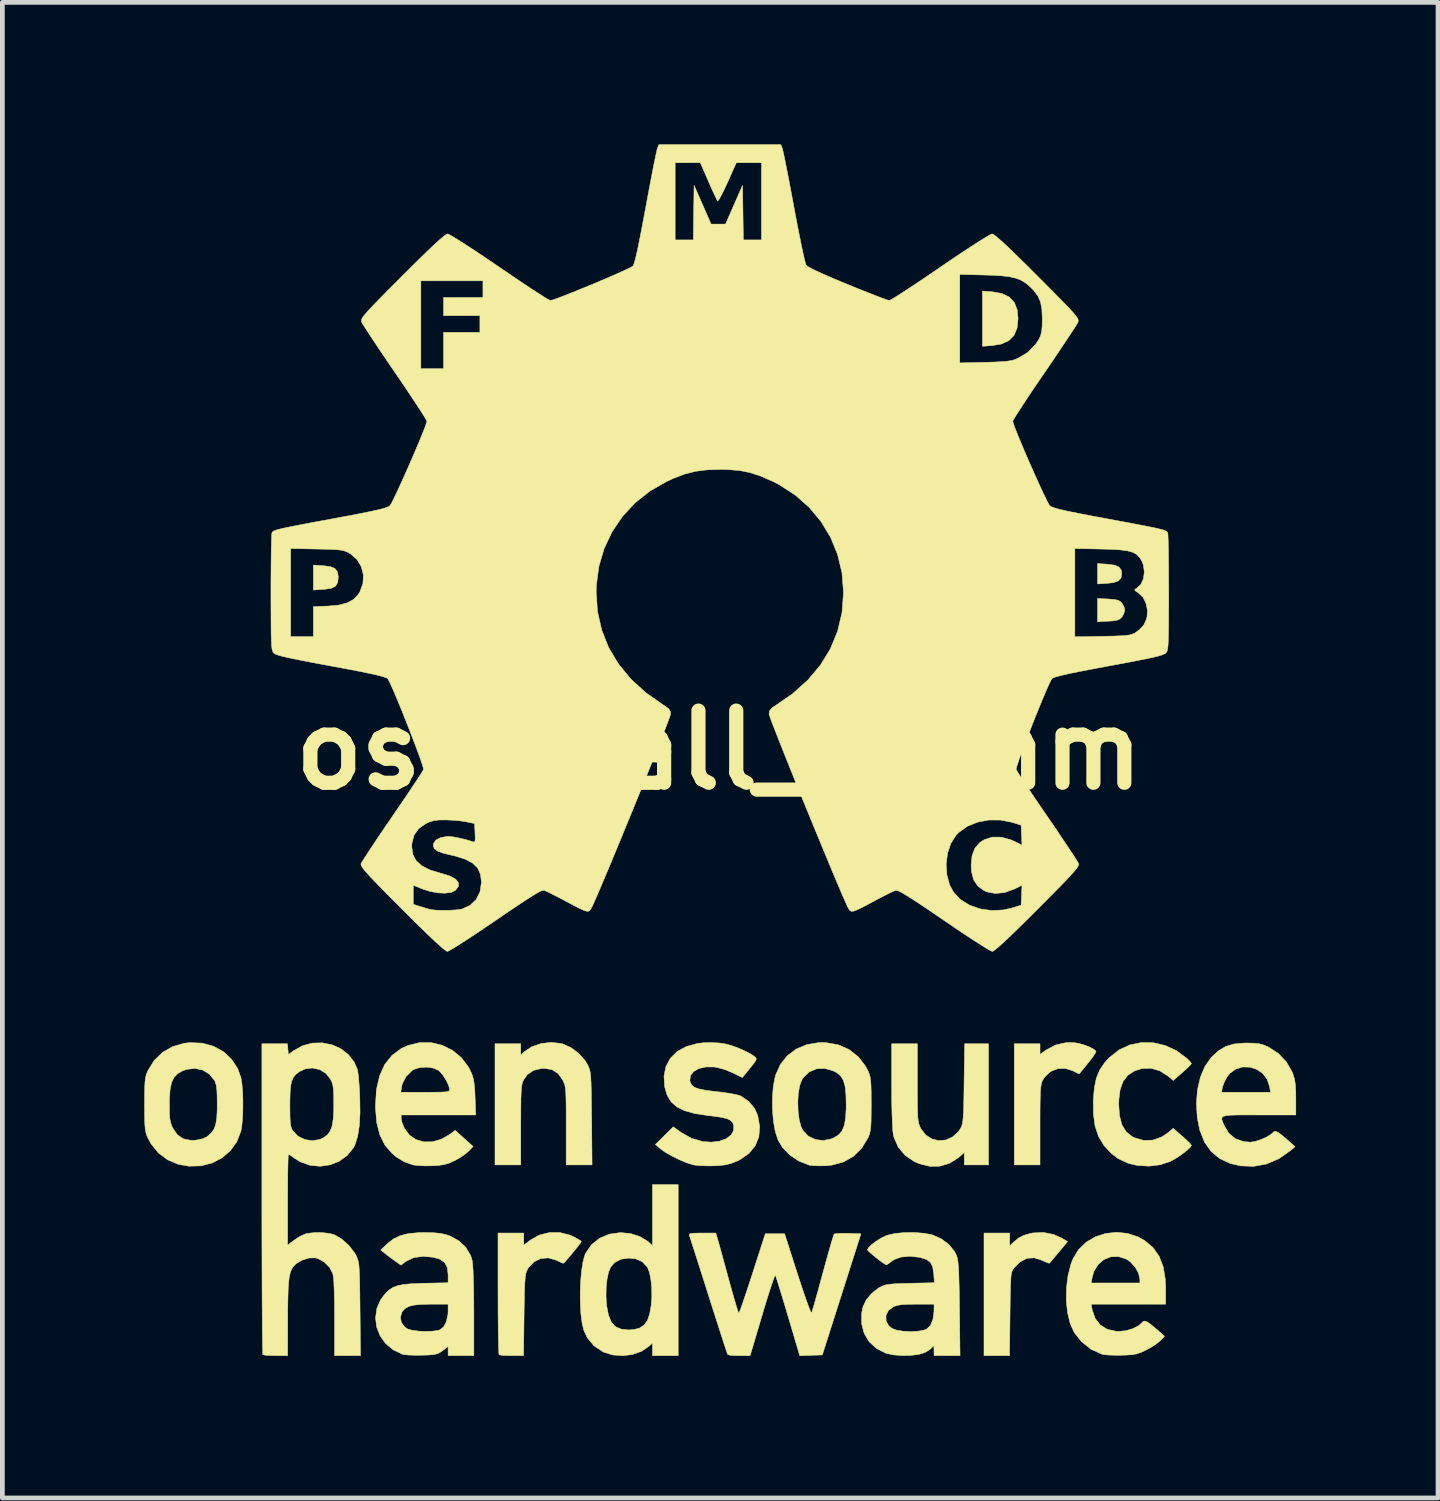
<source format=kicad_pcb>
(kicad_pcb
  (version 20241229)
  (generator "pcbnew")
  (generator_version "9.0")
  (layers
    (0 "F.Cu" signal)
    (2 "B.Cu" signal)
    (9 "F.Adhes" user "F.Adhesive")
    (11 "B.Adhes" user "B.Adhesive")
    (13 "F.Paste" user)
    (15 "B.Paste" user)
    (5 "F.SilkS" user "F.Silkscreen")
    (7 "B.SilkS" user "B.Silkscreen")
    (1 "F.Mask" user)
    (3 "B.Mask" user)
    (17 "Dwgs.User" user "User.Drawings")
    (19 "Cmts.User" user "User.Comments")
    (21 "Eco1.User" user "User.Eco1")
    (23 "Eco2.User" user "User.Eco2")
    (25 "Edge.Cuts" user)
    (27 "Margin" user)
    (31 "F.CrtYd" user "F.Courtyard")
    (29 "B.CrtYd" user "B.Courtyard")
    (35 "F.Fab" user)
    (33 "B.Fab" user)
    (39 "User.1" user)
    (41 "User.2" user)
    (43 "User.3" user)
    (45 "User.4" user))
  (footprint "oshw_all_25mm"
    (layer "F.Cu")
    (at 12.145 12.801)
    (property "Reference" "oshw_all_25mm" (at 0 0 0) (layer "F.SilkS") (effects (font (size 1.524 1.524) (thickness 0.3))))
    (attr through_hole)
    (fp_poly (pts (xy 8.209 -3.929) (xy 8.357 -3.909) (xy 8.45 -3.869) (xy 8.498 -3.804) (xy 8.509 -3.727) (xy 8.493 -3.636) (xy 8.437 -3.575) (xy 8.334 -3.54) (xy 8.209 -3.525) (xy 7.997 -3.511) (xy 7.997 -3.942) (xy 8.209 -3.929)) (stroke (width 0.01) (type solid)) (fill yes) (layer "F.SilkS"))
    (fp_poly (pts (xy -8.365 -3.897) (xy -8.215 -3.878) (xy -8.119 -3.839) (xy -8.066 -3.773) (xy -8.047 -3.673) (xy -8.047 -3.647) (xy -8.06 -3.538) (xy -8.105 -3.465) (xy -8.191 -3.422) (xy -8.329 -3.399) (xy -8.365 -3.397) (xy -8.573 -3.383) (xy -8.573 -3.91) (xy -8.365 -3.897)) (stroke (width 0.01) (type solid)) (fill yes) (layer "F.SilkS"))
    (fp_poly (pts (xy 5.773 -9.685) (xy 5.979 -9.648) (xy 6.133 -9.574) (xy 6.24 -9.459) (xy 6.301 -9.301) (xy 6.318 -9.117) (xy 6.297 -8.918) (xy 6.233 -8.763) (xy 6.122 -8.652) (xy 5.963 -8.581) (xy 5.773 -8.549) (xy 5.566 -8.533) (xy 5.566 -9.702) (xy 5.773 -9.685)) (stroke (width 0.01) (type solid)) (fill yes) (layer "F.SilkS"))
    (fp_poly (pts (xy 8.225 -3.193) (xy 8.352 -3.183) (xy 8.433 -3.166) (xy 8.485 -3.136) (xy 8.513 -3.106) (xy 8.558 -3.027) (xy 8.573 -2.959) (xy 8.553 -2.881) (xy 8.513 -2.812) (xy 8.47 -2.771) (xy 8.41 -2.746) (xy 8.317 -2.731) (xy 8.225 -2.725) (xy 7.997 -2.712) (xy 7.997 -3.206) (xy 8.225 -3.193)) (stroke (width 0.01) (type solid)) (fill yes) (layer "F.SilkS"))
    (fp_poly (pts (xy 7.605 6.199) (xy 7.723 6.233) (xy 7.833 6.276) (xy 7.919 6.322) (xy 7.963 6.363) (xy 7.965 6.373) (xy 7.946 6.412) (xy 7.895 6.486) (xy 7.822 6.582) (xy 7.787 6.626) (xy 7.608 6.844) (xy 7.477 6.777) (xy 7.314 6.726) (xy 7.152 6.732) (xy 7.005 6.792) (xy 6.885 6.902) (xy 6.838 6.976) (xy 6.821 7.016) (xy 6.807 7.067) (xy 6.797 7.136) (xy 6.79 7.231) (xy 6.786 7.361) (xy 6.783 7.534) (xy 6.782 7.758) (xy 6.782 7.926) (xy 6.782 8.765) (xy 6.238 8.765) (xy 6.238 6.206) (xy 6.782 6.206) (xy 6.782 6.43) (xy 6.908 6.339) (xy 7.109 6.232) (xy 7.333 6.181) (xy 7.495 6.18) (xy 7.605 6.199)) (stroke (width 0.01) (type solid)) (fill yes) (layer "F.SilkS"))
    (fp_poly (pts (xy 7.074 10.236) (xy 7.241 10.312) (xy 7.364 10.386) (xy 7.179 10.607) (xy 7.096 10.707) (xy 7.03 10.786) (xy 6.99 10.834) (xy 6.984 10.842) (xy 6.952 10.837) (xy 6.882 10.809) (xy 6.827 10.782) (xy 6.661 10.729) (xy 6.506 10.739) (xy 6.361 10.812) (xy 6.228 10.947) (xy 6.224 10.953) (xy 6.204 10.982) (xy 6.189 11.017) (xy 6.177 11.065) (xy 6.168 11.134) (xy 6.162 11.232) (xy 6.157 11.366) (xy 6.153 11.545) (xy 6.15 11.776) (xy 6.148 11.919) (xy 6.138 12.796) (xy 5.598 12.796) (xy 5.598 10.205) (xy 6.142 10.205) (xy 6.142 10.473) (xy 6.23 10.391) (xy 6.332 10.308) (xy 6.439 10.253) (xy 6.576 10.214) (xy 6.629 10.203) (xy 6.852 10.192) (xy 7.074 10.236)) (stroke (width 0.01) (type solid)) (fill yes) (layer "F.SilkS"))
    (fp_poly (pts (xy 4.191 7.033) (xy 4.191 7.285) (xy 4.192 7.482) (xy 4.195 7.631) (xy 4.199 7.743) (xy 4.207 7.824) (xy 4.218 7.885) (xy 4.233 7.932) (xy 4.252 7.976) (xy 4.263 7.997) (xy 4.366 8.132) (xy 4.497 8.217) (xy 4.643 8.252) (xy 4.794 8.238) (xy 4.936 8.173) (xy 5.059 8.059) (xy 5.101 7.997) (xy 5.121 7.959) (xy 5.136 7.916) (xy 5.148 7.86) (xy 5.157 7.782) (xy 5.164 7.674) (xy 5.169 7.527) (xy 5.173 7.335) (xy 5.177 7.088) (xy 5.177 7.046) (xy 5.189 6.206) (xy 5.694 6.206) (xy 5.694 8.765) (xy 5.182 8.765) (xy 5.182 8.504) (xy 5.055 8.614) (xy 4.87 8.731) (xy 4.665 8.792) (xy 4.446 8.794) (xy 4.223 8.738) (xy 4.121 8.693) (xy 3.928 8.56) (xy 3.786 8.39) (xy 3.696 8.183) (xy 3.682 8.124) (xy 3.671 8.044) (xy 3.663 7.908) (xy 3.656 7.726) (xy 3.65 7.506) (xy 3.647 7.257) (xy 3.647 7.084) (xy 3.647 6.206) (xy 4.191 6.206) (xy 4.191 7.033)) (stroke (width 0.01) (type solid)) (fill yes) (layer "F.SilkS"))
    (fp_poly (pts (xy -3.364 10.194) (xy -3.149 10.249) (xy -3.079 10.281) (xy -2.989 10.329) (xy -2.928 10.367) (xy -2.911 10.384) (xy -2.93 10.415) (xy -2.979 10.481) (xy -3.048 10.567) (xy -3.124 10.66) (xy -3.197 10.746) (xy -3.256 10.812) (xy -3.289 10.843) (xy -3.291 10.845) (xy -3.327 10.832) (xy -3.399 10.799) (xy -3.445 10.778) (xy -3.608 10.73) (xy -3.767 10.743) (xy -3.909 10.813) (xy -4.027 10.936) (xy -4.055 10.983) (xy -4.072 11.022) (xy -4.086 11.073) (xy -4.096 11.144) (xy -4.104 11.243) (xy -4.111 11.379) (xy -4.115 11.559) (xy -4.119 11.79) (xy -4.121 11.94) (xy -4.131 12.796) (xy -4.38 12.796) (xy -4.5 12.793) (xy -4.594 12.787) (xy -4.646 12.777) (xy -4.649 12.775) (xy -4.654 12.739) (xy -4.658 12.646) (xy -4.662 12.504) (xy -4.665 12.318) (xy -4.668 12.095) (xy -4.67 11.844) (xy -4.67 11.57) (xy -4.671 11.479) (xy -4.671 10.205) (xy -4.127 10.205) (xy -4.127 10.46) (xy -3.982 10.35) (xy -3.795 10.246) (xy -3.584 10.194) (xy -3.364 10.194)) (stroke (width 0.01) (type solid)) (fill yes) (layer "F.SilkS"))
    (fp_poly (pts (xy -3.344 6.198) (xy -3.308 6.207) (xy -3.133 6.284) (xy -2.968 6.407) (xy -2.833 6.558) (xy -2.783 6.641) (xy -2.761 6.686) (xy -2.743 6.73) (xy -2.729 6.779) (xy -2.718 6.841) (xy -2.711 6.925) (xy -2.705 7.038) (xy -2.701 7.187) (xy -2.698 7.381) (xy -2.695 7.627) (xy -2.693 7.782) (xy -2.684 8.765) (xy -3.231 8.765) (xy -3.231 7.94) (xy -3.231 7.688) (xy -3.232 7.491) (xy -3.235 7.341) (xy -3.24 7.23) (xy -3.247 7.147) (xy -3.258 7.086) (xy -3.274 7.037) (xy -3.293 6.992) (xy -3.303 6.973) (xy -3.401 6.835) (xy -3.53 6.753) (xy -3.692 6.725) (xy -3.753 6.728) (xy -3.923 6.768) (xy -4.053 6.859) (xy -4.135 6.976) (xy -4.152 7.016) (xy -4.165 7.067) (xy -4.175 7.136) (xy -4.182 7.231) (xy -4.187 7.361) (xy -4.189 7.534) (xy -4.19 7.758) (xy -4.191 7.926) (xy -4.191 8.765) (xy -4.735 8.765) (xy -4.735 6.206) (xy -4.191 6.206) (xy -4.191 6.441) (xy -4.119 6.375) (xy -3.959 6.269) (xy -3.764 6.201) (xy -3.553 6.176) (xy -3.344 6.198)) (stroke (width 0.01) (type solid)) (fill yes) (layer "F.SilkS"))
    (fp_poly (pts (xy 9.176 6.183) (xy 9.426 6.241) (xy 9.667 6.352) (xy 9.889 6.518) (xy 9.893 6.521) (xy 9.95 6.579) (xy 9.98 6.62) (xy 9.981 6.625) (xy 9.958 6.655) (xy 9.898 6.715) (xy 9.813 6.793) (xy 9.789 6.814) (xy 9.597 6.98) (xy 9.493 6.892) (xy 9.313 6.777) (xy 9.123 6.723) (xy 8.927 6.73) (xy 8.778 6.779) (xy 8.638 6.87) (xy 8.538 7) (xy 8.475 7.174) (xy 8.447 7.397) (xy 8.445 7.486) (xy 8.462 7.727) (xy 8.512 7.917) (xy 8.6 8.062) (xy 8.726 8.165) (xy 8.778 8.192) (xy 8.973 8.248) (xy 9.168 8.241) (xy 9.357 8.173) (xy 9.493 8.08) (xy 9.596 7.992) (xy 9.789 8.16) (xy 9.879 8.241) (xy 9.946 8.307) (xy 9.979 8.347) (xy 9.981 8.352) (xy 9.956 8.393) (xy 9.889 8.456) (xy 9.794 8.53) (xy 9.686 8.605) (xy 9.579 8.669) (xy 9.534 8.692) (xy 9.324 8.762) (xy 9.085 8.791) (xy 8.841 8.777) (xy 8.649 8.733) (xy 8.43 8.63) (xy 8.287 8.521) (xy 8.131 8.352) (xy 8.018 8.163) (xy 7.945 7.944) (xy 7.91 7.686) (xy 7.908 7.387) (xy 7.93 7.137) (xy 7.972 6.933) (xy 8.042 6.762) (xy 8.145 6.609) (xy 8.251 6.493) (xy 8.453 6.334) (xy 8.681 6.229) (xy 8.924 6.179) (xy 9.176 6.183)) (stroke (width 0.01) (type solid)) (fill yes) (layer "F.SilkS"))
    (fp_poly (pts (xy -0.864 12.796) (xy -1.408 12.796) (xy -1.408 12.529) (xy -1.48 12.596) (xy -1.637 12.703) (xy -1.829 12.771) (xy -2.038 12.798) (xy -2.249 12.781) (xy -2.443 12.72) (xy -2.457 12.713) (xy -2.643 12.587) (xy -2.783 12.421) (xy -2.861 12.253) (xy -2.896 12.101) (xy -2.92 11.909) (xy -2.932 11.689) (xy -2.933 11.556) (xy -2.389 11.556) (xy -2.375 11.742) (xy -2.337 11.942) (xy -2.277 12.087) (xy -2.191 12.182) (xy -2.071 12.235) (xy -1.912 12.252) (xy -1.91 12.252) (xy -1.796 12.242) (xy -1.694 12.218) (xy -1.667 12.206) (xy -1.578 12.142) (xy -1.513 12.05) (xy -1.467 11.917) (xy -1.436 11.741) (xy -1.421 11.557) (xy -1.423 11.367) (xy -1.441 11.188) (xy -1.471 11.036) (xy -1.513 10.93) (xy -1.517 10.924) (xy -1.622 10.811) (xy -1.761 10.75) (xy -1.903 10.735) (xy -2.074 10.758) (xy -2.206 10.828) (xy -2.29 10.924) (xy -2.335 11.029) (xy -2.367 11.181) (xy -2.386 11.362) (xy -2.389 11.556) (xy -2.933 11.556) (xy -2.934 11.456) (xy -2.925 11.225) (xy -2.906 11.008) (xy -2.877 10.821) (xy -2.839 10.676) (xy -2.819 10.629) (xy -2.694 10.45) (xy -2.525 10.315) (xy -2.321 10.229) (xy -2.089 10.196) (xy -2.079 10.196) (xy -1.871 10.216) (xy -1.674 10.279) (xy -1.511 10.377) (xy -1.48 10.404) (xy -1.408 10.472) (xy -1.408 9.181) (xy -0.864 9.181) (xy -0.864 12.796)) (stroke (width 0.01) (type solid)) (fill yes) (layer "F.SilkS"))
    (fp_poly (pts (xy 8.63 10.212) (xy 8.856 10.287) (xy 8.995 10.365) (xy 9.17 10.512) (xy 9.299 10.695) (xy 9.385 10.917) (xy 9.43 11.184) (xy 9.437 11.373) (xy 9.437 11.708) (xy 7.862 11.708) (xy 7.885 11.828) (xy 7.947 12.009) (xy 8.055 12.148) (xy 8.204 12.239) (xy 8.39 12.281) (xy 8.452 12.283) (xy 8.603 12.267) (xy 8.749 12.223) (xy 8.868 12.16) (xy 8.921 12.113) (xy 8.956 12.077) (xy 8.993 12.065) (xy 9.041 12.079) (xy 9.109 12.125) (xy 9.209 12.206) (xy 9.296 12.282) (xy 9.413 12.385) (xy 9.321 12.48) (xy 9.244 12.544) (xy 9.134 12.616) (xy 9.022 12.678) (xy 8.918 12.726) (xy 8.829 12.757) (xy 8.733 12.775) (xy 8.61 12.783) (xy 8.494 12.787) (xy 8.348 12.787) (xy 8.219 12.782) (xy 8.125 12.774) (xy 8.093 12.767) (xy 7.858 12.659) (xy 7.656 12.498) (xy 7.505 12.306) (xy 7.42 12.119) (xy 7.364 11.89) (xy 7.337 11.634) (xy 7.341 11.367) (xy 7.354 11.26) (xy 7.862 11.26) (xy 8.893 11.26) (xy 8.893 11.187) (xy 8.866 11.058) (xy 8.794 10.926) (xy 8.69 10.813) (xy 8.605 10.755) (xy 8.44 10.702) (xy 8.279 10.707) (xy 8.132 10.765) (xy 8.009 10.871) (xy 7.92 11.018) (xy 7.885 11.14) (xy 7.862 11.26) (xy 7.354 11.26) (xy 7.374 11.102) (xy 7.437 10.856) (xy 7.479 10.749) (xy 7.596 10.555) (xy 7.757 10.399) (xy 7.95 10.285) (xy 8.167 10.214) (xy 8.397 10.189) (xy 8.63 10.212)) (stroke (width 0.01) (type solid)) (fill yes) (layer "F.SilkS"))
    (fp_poly (pts (xy 2.257 6.181) (xy 2.517 6.227) (xy 2.746 6.327) (xy 2.94 6.478) (xy 3.093 6.676) (xy 3.147 6.778) (xy 3.172 6.838) (xy 3.19 6.9) (xy 3.202 6.976) (xy 3.21 7.077) (xy 3.214 7.214) (xy 3.215 7.4) (xy 3.215 7.486) (xy 3.214 7.693) (xy 3.212 7.847) (xy 3.206 7.961) (xy 3.195 8.045) (xy 3.179 8.111) (xy 3.157 8.17) (xy 3.147 8.193) (xy 3.013 8.413) (xy 2.839 8.584) (xy 2.627 8.703) (xy 2.381 8.77) (xy 2.249 8.783) (xy 2.115 8.785) (xy 1.994 8.781) (xy 1.909 8.771) (xy 1.903 8.77) (xy 1.69 8.686) (xy 1.499 8.56) (xy 1.344 8.402) (xy 1.247 8.242) (xy 1.188 8.062) (xy 1.148 7.84) (xy 1.128 7.593) (xy 1.127 7.438) (xy 1.664 7.438) (xy 1.67 7.63) (xy 1.693 7.81) (xy 1.732 7.958) (xy 1.77 8.036) (xy 1.887 8.157) (xy 2.035 8.229) (xy 2.201 8.249) (xy 2.373 8.215) (xy 2.435 8.188) (xy 2.531 8.125) (xy 2.6 8.043) (xy 2.646 7.932) (xy 2.673 7.782) (xy 2.685 7.583) (xy 2.686 7.486) (xy 2.68 7.264) (xy 2.661 7.096) (xy 2.624 6.972) (xy 2.566 6.881) (xy 2.483 6.814) (xy 2.411 6.777) (xy 2.231 6.726) (xy 2.06 6.735) (xy 1.907 6.799) (xy 1.783 6.917) (xy 1.748 6.969) (xy 1.703 7.09) (xy 1.675 7.252) (xy 1.664 7.438) (xy 1.127 7.438) (xy 1.127 7.341) (xy 1.146 7.102) (xy 1.187 6.895) (xy 1.195 6.867) (xy 1.296 6.641) (xy 1.444 6.456) (xy 1.633 6.315) (xy 1.856 6.222) (xy 2.107 6.18) (xy 2.257 6.181)) (stroke (width 0.01) (type solid)) (fill yes) (layer "F.SilkS"))
    (fp_poly (pts (xy -6.086 6.181) (xy -5.851 6.237) (xy -5.635 6.343) (xy -5.448 6.497) (xy -5.298 6.693) (xy -5.252 6.782) (xy -5.214 6.871) (xy -5.189 6.961) (xy -5.172 7.068) (xy -5.161 7.209) (xy -5.156 7.334) (xy -5.142 7.71) (xy -6.718 7.71) (xy -6.718 7.783) (xy -6.704 7.854) (xy -6.667 7.952) (xy -6.646 7.997) (xy -6.542 8.137) (xy -6.403 8.231) (xy -6.238 8.278) (xy -6.058 8.276) (xy -5.872 8.224) (xy -5.691 8.121) (xy -5.677 8.111) (xy -5.577 8.034) (xy -5.388 8.205) (xy -5.198 8.375) (xy -5.294 8.476) (xy -5.374 8.544) (xy -5.487 8.619) (xy -5.589 8.675) (xy -5.705 8.727) (xy -5.812 8.759) (xy -5.933 8.776) (xy -6.069 8.784) (xy -6.214 8.786) (xy -6.349 8.78) (xy -6.452 8.768) (xy -6.471 8.764) (xy -6.653 8.7) (xy -6.82 8.597) (xy -6.914 8.518) (xy -7.062 8.346) (xy -7.168 8.132) (xy -7.234 7.873) (xy -7.261 7.567) (xy -7.261 7.497) (xy -7.243 7.23) (xy -6.726 7.23) (xy -6.21 7.23) (xy -6.017 7.229) (xy -5.879 7.227) (xy -5.787 7.222) (xy -5.732 7.214) (xy -5.704 7.2) (xy -5.695 7.181) (xy -5.694 7.173) (xy -5.714 7.087) (xy -5.765 6.979) (xy -5.834 6.871) (xy -5.906 6.786) (xy -5.928 6.768) (xy -6.039 6.719) (xy -6.18 6.699) (xy -6.326 6.709) (xy -6.449 6.747) (xy -6.482 6.768) (xy -6.617 6.9) (xy -6.694 7.052) (xy -6.707 7.111) (xy -6.726 7.23) (xy -7.243 7.23) (xy -7.239 7.165) (xy -7.173 6.88) (xy -7.064 6.641) (xy -6.911 6.45) (xy -6.715 6.305) (xy -6.571 6.24) (xy -6.329 6.181) (xy -6.086 6.181)) (stroke (width 0.01) (type solid)) (fill yes) (layer "F.SilkS"))
    (fp_poly (pts (xy -10.92 6.192) (xy -10.682 6.258) (xy -10.473 6.373) (xy -10.301 6.533) (xy -10.171 6.733) (xy -10.104 6.919) (xy -10.083 7.045) (xy -10.069 7.215) (xy -10.062 7.411) (xy -10.063 7.614) (xy -10.072 7.805) (xy -10.088 7.966) (xy -10.104 8.052) (xy -10.192 8.278) (xy -10.329 8.468) (xy -10.506 8.618) (xy -10.715 8.726) (xy -10.949 8.785) (xy -11.199 8.792) (xy -11.422 8.754) (xy -11.649 8.66) (xy -11.845 8.514) (xy -12.003 8.32) (xy -12.073 8.191) (xy -12.098 8.132) (xy -12.115 8.069) (xy -12.128 7.993) (xy -12.135 7.891) (xy -12.139 7.751) (xy -12.14 7.563) (xy -12.14 7.49) (xy -11.616 7.49) (xy -11.614 7.655) (xy -11.608 7.773) (xy -11.593 7.86) (xy -11.568 7.935) (xy -11.542 7.99) (xy -11.446 8.13) (xy -11.321 8.214) (xy -11.162 8.246) (xy -11.075 8.245) (xy -10.936 8.22) (xy -10.828 8.174) (xy -10.819 8.167) (xy -10.736 8.095) (xy -10.676 8.016) (xy -10.638 7.917) (xy -10.615 7.786) (xy -10.606 7.611) (xy -10.605 7.486) (xy -10.607 7.304) (xy -10.613 7.173) (xy -10.626 7.081) (xy -10.646 7.014) (xy -10.66 6.984) (xy -10.768 6.849) (xy -10.91 6.761) (xy -11.074 6.726) (xy -11.25 6.746) (xy -11.337 6.777) (xy -11.442 6.837) (xy -11.519 6.918) (xy -11.571 7.028) (xy -11.601 7.177) (xy -11.615 7.375) (xy -11.616 7.49) (xy -12.14 7.49) (xy -12.14 7.486) (xy -12.139 7.279) (xy -12.137 7.124) (xy -12.131 7.011) (xy -12.12 6.927) (xy -12.105 6.861) (xy -12.082 6.801) (xy -12.072 6.778) (xy -11.938 6.559) (xy -11.761 6.387) (xy -11.547 6.264) (xy -11.3 6.194) (xy -11.182 6.181) (xy -10.92 6.192)) (stroke (width 0.01) (type solid)) (fill yes) (layer "F.SilkS"))
    (fp_poly (pts (xy 11.298 6.193) (xy 11.407 6.204) (xy 11.498 6.227) (xy 11.594 6.268) (xy 11.619 6.28) (xy 11.819 6.411) (xy 11.987 6.588) (xy 12.107 6.795) (xy 12.123 6.834) (xy 12.156 6.938) (xy 12.176 7.052) (xy 12.186 7.195) (xy 12.188 7.359) (xy 12.188 7.71) (xy 11.404 7.71) (xy 11.153 7.709) (xy 10.959 7.71) (xy 10.816 7.714) (xy 10.717 7.723) (xy 10.656 7.739) (xy 10.627 7.763) (xy 10.623 7.799) (xy 10.637 7.846) (xy 10.663 7.909) (xy 10.67 7.927) (xy 10.77 8.094) (xy 10.906 8.209) (xy 11.08 8.272) (xy 11.228 8.285) (xy 11.33 8.269) (xy 11.454 8.228) (xy 11.576 8.173) (xy 11.671 8.113) (xy 11.704 8.083) (xy 11.731 8.059) (xy 11.765 8.056) (xy 11.815 8.079) (xy 11.889 8.134) (xy 11.998 8.226) (xy 12.044 8.267) (xy 12.172 8.379) (xy 12.076 8.461) (xy 11.831 8.633) (xy 11.57 8.745) (xy 11.296 8.796) (xy 11.016 8.785) (xy 10.804 8.735) (xy 10.58 8.632) (xy 10.398 8.481) (xy 10.257 8.281) (xy 10.158 8.033) (xy 10.105 7.77) (xy 10.087 7.466) (xy 10.105 7.23) (xy 10.616 7.23) (xy 11.653 7.23) (xy 11.633 7.111) (xy 11.58 6.953) (xy 11.485 6.83) (xy 11.359 6.745) (xy 11.215 6.699) (xy 11.065 6.696) (xy 10.921 6.739) (xy 10.794 6.83) (xy 10.733 6.907) (xy 10.679 7.008) (xy 10.641 7.109) (xy 10.637 7.126) (xy 10.616 7.23) (xy 10.105 7.23) (xy 10.11 7.176) (xy 10.171 6.91) (xy 10.269 6.679) (xy 10.401 6.493) (xy 10.416 6.477) (xy 10.563 6.345) (xy 10.713 6.259) (xy 10.884 6.209) (xy 11.093 6.191) (xy 11.148 6.19) (xy 11.298 6.193)) (stroke (width 0.01) (type solid)) (fill yes) (layer "F.SilkS"))
    (fp_poly (pts (xy -6.027 10.199) (xy -5.891 10.212) (xy -5.778 10.236) (xy -5.687 10.266) (xy -5.502 10.367) (xy -5.353 10.507) (xy -5.251 10.676) (xy -5.217 10.784) (xy -5.207 10.862) (xy -5.198 10.996) (xy -5.192 11.176) (xy -5.186 11.395) (xy -5.183 11.644) (xy -5.182 11.87) (xy -5.182 12.796) (xy -5.726 12.796) (xy -5.726 12.601) (xy -5.843 12.69) (xy -5.902 12.731) (xy -5.959 12.757) (xy -6.031 12.773) (xy -6.135 12.782) (xy -6.283 12.786) (xy -6.429 12.787) (xy -6.559 12.783) (xy -6.654 12.774) (xy -6.686 12.768) (xy -6.886 12.673) (xy -7.047 12.539) (xy -7.164 12.375) (xy -7.236 12.19) (xy -7.259 11.994) (xy -7.258 11.987) (xy -6.734 11.987) (xy -6.712 12.1) (xy -6.639 12.195) (xy -6.581 12.232) (xy -6.488 12.259) (xy -6.354 12.277) (xy -6.203 12.284) (xy -6.057 12.279) (xy -5.938 12.263) (xy -5.903 12.252) (xy -5.822 12.19) (xy -5.762 12.078) (xy -5.73 11.932) (xy -5.726 11.853) (xy -5.726 11.708) (xy -6.084 11.708) (xy -6.293 11.713) (xy -6.449 11.728) (xy -6.561 11.757) (xy -6.64 11.802) (xy -6.695 11.866) (xy -6.7 11.874) (xy -6.734 11.987) (xy -7.258 11.987) (xy -7.231 11.797) (xy -7.148 11.609) (xy -7.058 11.489) (xy -6.982 11.415) (xy -6.9 11.359) (xy -6.802 11.32) (xy -6.676 11.293) (xy -6.512 11.277) (xy -6.297 11.268) (xy -6.23 11.266) (xy -5.726 11.255) (xy -5.726 11.083) (xy -5.743 10.933) (xy -5.798 10.827) (xy -5.9 10.757) (xy -6.046 10.716) (xy -6.261 10.698) (xy -6.451 10.725) (xy -6.605 10.796) (xy -6.616 10.803) (xy -6.722 10.883) (xy -6.84 10.8) (xy -6.94 10.728) (xy -7.037 10.653) (xy -7.054 10.64) (xy -7.15 10.562) (xy -7.016 10.435) (xy -6.885 10.331) (xy -6.738 10.26) (xy -6.562 10.216) (xy -6.344 10.196) (xy -6.206 10.194) (xy -6.027 10.199)) (stroke (width 0.01) (type solid)) (fill yes) (layer "F.SilkS"))
    (fp_poly (pts (xy -0.008 6.188) (xy 0.111 6.203) (xy 0.253 6.24) (xy 0.414 6.299) (xy 0.571 6.369) (xy 0.701 6.441) (xy 0.748 6.475) (xy 0.775 6.498) (xy 0.786 6.522) (xy 0.777 6.556) (xy 0.743 6.609) (xy 0.678 6.691) (xy 0.579 6.813) (xy 0.568 6.827) (xy 0.491 6.919) (xy 0.283 6.817) (xy 0.121 6.75) (xy -0.041 6.706) (xy -0.106 6.696) (xy -0.279 6.695) (xy -0.425 6.728) (xy -0.535 6.79) (xy -0.602 6.873) (xy -0.618 6.975) (xy -0.605 7.028) (xy -0.574 7.082) (xy -0.521 7.124) (xy -0.435 7.157) (xy -0.308 7.184) (xy -0.13 7.208) (xy -0.041 7.217) (xy 0.122 7.238) (xy 0.271 7.262) (xy 0.39 7.287) (xy 0.459 7.309) (xy 0.627 7.422) (xy 0.753 7.576) (xy 0.816 7.719) (xy 0.858 7.955) (xy 0.841 8.169) (xy 0.765 8.359) (xy 0.633 8.521) (xy 0.446 8.652) (xy 0.379 8.685) (xy 0.257 8.733) (xy 0.141 8.763) (xy 0.004 8.779) (xy -0.111 8.785) (xy -0.261 8.786) (xy -0.405 8.78) (xy -0.518 8.769) (xy -0.542 8.764) (xy -0.675 8.724) (xy -0.835 8.658) (xy -0.999 8.577) (xy -1.145 8.493) (xy -1.241 8.423) (xy -1.346 8.333) (xy -1.157 8.147) (xy -0.968 7.96) (xy -0.804 8.078) (xy -0.579 8.205) (xy -0.342 8.272) (xy -0.163 8.284) (xy 0.01 8.264) (xy 0.152 8.211) (xy 0.254 8.133) (xy 0.309 8.034) (xy 0.308 7.924) (xy 0.285 7.867) (xy 0.242 7.823) (xy 0.169 7.789) (xy 0.057 7.761) (xy -0.104 7.737) (xy -0.237 7.722) (xy -0.509 7.681) (xy -0.726 7.621) (xy -0.892 7.54) (xy -1.014 7.432) (xy -1.097 7.294) (xy -1.148 7.121) (xy -1.149 7.117) (xy -1.164 6.888) (xy -1.123 6.685) (xy -1.028 6.51) (xy -0.884 6.368) (xy -0.692 6.263) (xy -0.458 6.199) (xy -0.32 6.183) (xy -0.167 6.18) (xy -0.008 6.188)) (stroke (width 0.01) (type solid)) (fill yes) (layer "F.SilkS"))
    (fp_poly (pts (xy -0.021 10.366) (xy 0.001 10.445) (xy 0.037 10.574) (xy 0.083 10.742) (xy 0.136 10.935) (xy 0.193 11.144) (xy 0.212 11.214) (xy 0.267 11.413) (xy 0.317 11.589) (xy 0.36 11.733) (xy 0.392 11.838) (xy 0.412 11.893) (xy 0.417 11.9) (xy 0.431 11.871) (xy 0.462 11.789) (xy 0.507 11.661) (xy 0.563 11.495) (xy 0.628 11.3) (xy 0.699 11.083) (xy 0.706 11.061) (xy 0.977 10.221) (xy 1.385 10.221) (xy 1.659 11.076) (xy 1.731 11.295) (xy 1.797 11.491) (xy 1.854 11.655) (xy 1.902 11.782) (xy 1.935 11.864) (xy 1.953 11.893) (xy 1.955 11.892) (xy 1.969 11.851) (xy 1.997 11.758) (xy 2.036 11.619) (xy 2.085 11.445) (xy 2.14 11.244) (xy 2.192 11.053) (xy 2.251 10.836) (xy 2.306 10.639) (xy 2.354 10.472) (xy 2.392 10.342) (xy 2.419 10.257) (xy 2.43 10.227) (xy 2.471 10.217) (xy 2.559 10.211) (xy 2.678 10.21) (xy 2.725 10.211) (xy 2.998 10.221) (xy 2.182 12.78) (xy 1.943 12.789) (xy 1.705 12.798) (xy 1.456 11.957) (xy 1.39 11.736) (xy 1.329 11.535) (xy 1.276 11.362) (xy 1.233 11.226) (xy 1.203 11.134) (xy 1.188 11.095) (xy 1.188 11.094) (xy 1.174 11.118) (xy 1.145 11.195) (xy 1.102 11.319) (xy 1.05 11.482) (xy 0.989 11.676) (xy 0.923 11.895) (xy 0.912 11.934) (xy 0.656 12.796) (xy 0.426 12.796) (xy 0.311 12.793) (xy 0.224 12.785) (xy 0.182 12.773) (xy 0.181 12.772) (xy 0.169 12.737) (xy 0.139 12.648) (xy 0.094 12.511) (xy 0.037 12.333) (xy -0.032 12.12) (xy -0.109 11.879) (xy -0.193 11.617) (xy -0.225 11.516) (xy -0.31 11.247) (xy -0.39 10.996) (xy -0.462 10.77) (xy -0.524 10.576) (xy -0.574 10.421) (xy -0.61 10.31) (xy -0.629 10.252) (xy -0.632 10.245) (xy -0.623 10.225) (xy -0.572 10.212) (xy -0.472 10.206) (xy -0.358 10.205) (xy -0.069 10.205) (xy -0.021 10.366)) (stroke (width 0.01) (type solid)) (fill yes) (layer "F.SilkS"))
    (fp_poly (pts (xy 4.337 10.21) (xy 4.508 10.244) (xy 4.511 10.245) (xy 4.696 10.327) (xy 4.855 10.447) (xy 4.975 10.593) (xy 5.009 10.66) (xy 5.026 10.705) (xy 5.04 10.759) (xy 5.05 10.829) (xy 5.059 10.924) (xy 5.065 11.049) (xy 5.07 11.213) (xy 5.075 11.424) (xy 5.079 11.689) (xy 5.08 11.796) (xy 5.092 12.796) (xy 4.543 12.796) (xy 4.542 12.676) (xy 4.538 12.603) (xy 4.527 12.587) (xy 4.506 12.615) (xy 4.457 12.664) (xy 4.374 12.717) (xy 4.339 12.734) (xy 4.214 12.771) (xy 4.048 12.791) (xy 3.866 12.794) (xy 3.689 12.78) (xy 3.539 12.749) (xy 3.52 12.743) (xy 3.324 12.643) (xy 3.171 12.501) (xy 3.066 12.325) (xy 3.012 12.122) (xy 3.013 11.947) (xy 3.527 11.947) (xy 3.529 12.058) (xy 3.583 12.16) (xy 3.656 12.221) (xy 3.754 12.257) (xy 3.894 12.28) (xy 4.051 12.287) (xy 4.205 12.279) (xy 4.332 12.256) (xy 4.383 12.236) (xy 4.466 12.158) (xy 4.52 12.028) (xy 4.542 11.854) (xy 4.542 11.828) (xy 4.543 11.708) (xy 4.167 11.708) (xy 3.986 11.711) (xy 3.856 11.719) (xy 3.762 11.734) (xy 3.692 11.758) (xy 3.679 11.764) (xy 3.577 11.845) (xy 3.527 11.947) (xy 3.013 11.947) (xy 3.013 11.899) (xy 3.041 11.763) (xy 3.109 11.618) (xy 3.224 11.48) (xy 3.369 11.367) (xy 3.404 11.347) (xy 3.461 11.32) (xy 3.524 11.3) (xy 3.604 11.287) (xy 3.713 11.277) (xy 3.864 11.271) (xy 4.042 11.266) (xy 4.55 11.255) (xy 4.536 11.064) (xy 4.514 10.919) (xy 4.465 10.822) (xy 4.377 10.76) (xy 4.238 10.719) (xy 4.222 10.716) (xy 4.024 10.696) (xy 3.845 10.713) (xy 3.7 10.765) (xy 3.649 10.8) (xy 3.584 10.85) (xy 3.54 10.876) (xy 3.536 10.877) (xy 3.498 10.858) (xy 3.429 10.81) (xy 3.343 10.745) (xy 3.257 10.675) (xy 3.184 10.613) (xy 3.141 10.569) (xy 3.135 10.559) (xy 3.161 10.51) (xy 3.229 10.445) (xy 3.324 10.374) (xy 3.431 10.308) (xy 3.533 10.259) (xy 3.555 10.251) (xy 3.717 10.214) (xy 3.917 10.195) (xy 4.132 10.194) (xy 4.337 10.21)) (stroke (width 0.01) (type solid)) (fill yes) (layer "F.SilkS"))
    (fp_poly (pts (xy -8.181 6.226) (xy -7.994 6.309) (xy -7.833 6.433) (xy -7.71 6.593) (xy -7.644 6.746) (xy -7.63 6.82) (xy -7.617 6.942) (xy -7.604 7.098) (xy -7.594 7.272) (xy -7.592 7.326) (xy -7.587 7.66) (xy -7.602 7.936) (xy -7.637 8.16) (xy -7.692 8.333) (xy -7.725 8.4) (xy -7.857 8.565) (xy -8.026 8.687) (xy -8.221 8.764) (xy -8.43 8.794) (xy -8.642 8.774) (xy -8.846 8.702) (xy -8.977 8.621) (xy -9.046 8.571) (xy -9.092 8.543) (xy -9.099 8.541) (xy -9.104 8.572) (xy -9.108 8.659) (xy -9.111 8.794) (xy -9.114 8.97) (xy -9.116 9.178) (xy -9.117 9.411) (xy -9.117 9.501) (xy -9.117 10.46) (xy -8.972 10.35) (xy -8.868 10.282) (xy -8.76 10.23) (xy -8.709 10.214) (xy -8.548 10.195) (xy -8.375 10.196) (xy -8.216 10.217) (xy -8.121 10.245) (xy -7.968 10.336) (xy -7.822 10.468) (xy -7.704 10.62) (xy -7.671 10.679) (xy -7.651 10.723) (xy -7.634 10.768) (xy -7.621 10.82) (xy -7.611 10.888) (xy -7.604 10.979) (xy -7.598 11.102) (xy -7.594 11.263) (xy -7.591 11.47) (xy -7.588 11.732) (xy -7.587 11.812) (xy -7.577 12.796) (xy -8.125 12.796) (xy -8.125 11.992) (xy -8.127 11.691) (xy -8.132 11.444) (xy -8.14 11.253) (xy -8.152 11.122) (xy -8.163 11.063) (xy -8.232 10.929) (xy -8.344 10.817) (xy -8.478 10.743) (xy -8.529 10.73) (xy -8.662 10.732) (xy -8.805 10.775) (xy -8.932 10.848) (xy -8.998 10.913) (xy -9.032 10.968) (xy -9.059 11.034) (xy -9.079 11.12) (xy -9.095 11.234) (xy -9.105 11.383) (xy -9.111 11.575) (xy -9.115 11.817) (xy -9.116 12.036) (xy -9.117 12.796) (xy -9.368 12.796) (xy -9.489 12.793) (xy -9.584 12.787) (xy -9.636 12.777) (xy -9.64 12.775) (xy -9.643 12.74) (xy -9.645 12.646) (xy -9.648 12.497) (xy -9.651 12.296) (xy -9.653 12.049) (xy -9.655 11.759) (xy -9.657 11.43) (xy -9.658 11.068) (xy -9.659 10.675) (xy -9.66 10.257) (xy -9.661 9.818) (xy -9.661 9.48) (xy -9.661 7.503) (xy -9.069 7.503) (xy -9.068 7.689) (xy -9.064 7.823) (xy -9.055 7.917) (xy -9.04 7.981) (xy -9.018 8.029) (xy -9.011 8.04) (xy -8.9 8.157) (xy -8.755 8.229) (xy -8.595 8.254) (xy -8.436 8.227) (xy -8.355 8.189) (xy -8.275 8.127) (xy -8.216 8.048) (xy -8.177 7.942) (xy -8.154 7.798) (xy -8.143 7.606) (xy -8.142 7.486) (xy -8.143 7.31) (xy -8.149 7.184) (xy -8.16 7.092) (xy -8.179 7.022) (xy -8.208 6.958) (xy -8.208 6.958) (xy -8.305 6.833) (xy -8.438 6.752) (xy -8.589 6.718) (xy -8.744 6.735) (xy -8.864 6.791) (xy -8.939 6.848) (xy -8.993 6.911) (xy -9.03 6.99) (xy -9.053 7.097) (xy -9.065 7.243) (xy -9.069 7.438) (xy -9.069 7.503) (xy -9.661 7.503) (xy -9.661 6.206) (xy -9.121 6.206) (xy -9.111 6.32) (xy -9.101 6.433) (xy -8.992 6.353) (xy -8.801 6.246) (xy -8.595 6.191) (xy -8.385 6.186) (xy -8.181 6.226)) (stroke (width 0.01) (type solid)) (fill yes) (layer "F.SilkS"))
    (fp_poly (pts (xy 1.338 -12.708) (xy 1.351 -12.657) (xy 1.374 -12.551) (xy 1.406 -12.397) (xy 1.444 -12.203) (xy 1.488 -11.977) (xy 1.535 -11.727) (xy 1.583 -11.468) (xy 1.633 -11.203) (xy 1.681 -10.955) (xy 1.726 -10.733) (xy 1.766 -10.543) (xy 1.799 -10.395) (xy 1.824 -10.294) (xy 1.839 -10.25) (xy 1.886 -10.213) (xy 1.994 -10.155) (xy 2.162 -10.076) (xy 2.39 -9.977) (xy 2.678 -9.856) (xy 2.713 -9.842) (xy 2.931 -9.753) (xy 3.132 -9.673) (xy 3.306 -9.605) (xy 3.447 -9.551) (xy 3.546 -9.516) (xy 3.595 -9.501) (xy 3.597 -9.501) (xy 3.634 -9.519) (xy 3.718 -9.569) (xy 3.843 -9.648) (xy 4.001 -9.751) (xy 4.189 -9.875) (xy 4.398 -10.016) (xy 4.625 -10.17) (xy 4.675 -10.205) (xy 4.906 -10.363) (xy 5.123 -10.508) (xy 5.318 -10.636) (xy 5.486 -10.744) (xy 5.621 -10.828) (xy 5.716 -10.884) (xy 5.766 -10.908) (xy 5.77 -10.909) (xy 5.807 -10.891) (xy 5.878 -10.836) (xy 5.984 -10.743) (xy 6.127 -10.61) (xy 6.308 -10.434) (xy 6.53 -10.216) (xy 6.728 -10.018) (xy 6.952 -9.794) (xy 7.134 -9.609) (xy 7.28 -9.461) (xy 7.391 -9.345) (xy 7.474 -9.255) (xy 7.531 -9.188) (xy 7.567 -9.138) (xy 7.586 -9.102) (xy 7.591 -9.075) (xy 7.587 -9.052) (xy 7.585 -9.045) (xy 7.56 -9) (xy 7.503 -8.909) (xy 7.418 -8.779) (xy 7.309 -8.615) (xy 7.181 -8.424) (xy 7.039 -8.212) (xy 6.885 -7.987) (xy 6.88 -7.979) (xy 6.727 -7.756) (xy 6.586 -7.547) (xy 6.462 -7.36) (xy 6.358 -7.201) (xy 6.278 -7.076) (xy 6.226 -6.991) (xy 6.206 -6.952) (xy 6.206 -6.951) (xy 6.219 -6.901) (xy 6.254 -6.803) (xy 6.309 -6.666) (xy 6.378 -6.498) (xy 6.458 -6.309) (xy 6.544 -6.109) (xy 6.633 -5.907) (xy 6.721 -5.711) (xy 6.803 -5.532) (xy 6.875 -5.378) (xy 6.933 -5.26) (xy 6.974 -5.185) (xy 6.988 -5.165) (xy 7.019 -5.145) (xy 7.073 -5.123) (xy 7.157 -5.098) (xy 7.276 -5.069) (xy 7.435 -5.035) (xy 7.641 -4.994) (xy 7.9 -4.944) (xy 8.143 -4.899) (xy 8.465 -4.839) (xy 8.73 -4.79) (xy 8.943 -4.749) (xy 9.11 -4.716) (xy 9.238 -4.69) (xy 9.331 -4.667) (xy 9.395 -4.649) (xy 9.437 -4.633) (xy 9.462 -4.617) (xy 9.475 -4.601) (xy 9.482 -4.588) (xy 9.486 -4.545) (xy 9.49 -4.446) (xy 9.494 -4.298) (xy 9.497 -4.108) (xy 9.499 -3.883) (xy 9.5 -3.631) (xy 9.501 -3.359) (xy 9.501 -3.328) (xy 9.501 -3.016) (xy 9.5 -2.761) (xy 9.498 -2.558) (xy 9.496 -2.4) (xy 9.491 -2.281) (xy 9.486 -2.195) (xy 9.478 -2.134) (xy 9.468 -2.094) (xy 9.455 -2.068) (xy 9.445 -2.055) (xy 9.42 -2.036) (xy 9.374 -2.016) (xy 9.302 -1.993) (xy 9.198 -1.967) (xy 9.055 -1.935) (xy 8.869 -1.898) (xy 8.632 -1.852) (xy 8.341 -1.798) (xy 8.238 -1.779) (xy 7.913 -1.718) (xy 7.646 -1.667) (xy 7.434 -1.624) (xy 7.271 -1.588) (xy 7.154 -1.559) (xy 7.078 -1.535) (xy 7.039 -1.515) (xy 7.035 -1.511) (xy 7.008 -1.465) (xy 6.962 -1.37) (xy 6.902 -1.233) (xy 6.831 -1.065) (xy 6.753 -0.874) (xy 6.67 -0.67) (xy 6.588 -0.46) (xy 6.508 -0.254) (xy 6.434 -0.061) (xy 6.371 0.111) (xy 6.322 0.251) (xy 6.289 0.352) (xy 6.277 0.405) (xy 6.278 0.408) (xy 6.299 0.447) (xy 6.352 0.532) (xy 6.433 0.656) (xy 6.538 0.814) (xy 6.662 0.999) (xy 6.802 1.205) (xy 6.935 1.399) (xy 7.085 1.618) (xy 7.223 1.823) (xy 7.347 2.007) (xy 7.45 2.164) (xy 7.53 2.286) (xy 7.581 2.369) (xy 7.599 2.402) (xy 7.598 2.425) (xy 7.583 2.46) (xy 7.548 2.509) (xy 7.491 2.578) (xy 7.407 2.671) (xy 7.293 2.792) (xy 7.144 2.945) (xy 6.957 3.134) (xy 6.73 3.362) (xy 6.471 3.62) (xy 6.251 3.835) (xy 6.072 4.007) (xy 5.933 4.134) (xy 5.836 4.216) (xy 5.782 4.253) (xy 5.775 4.255) (xy 5.734 4.237) (xy 5.647 4.187) (xy 5.521 4.108) (xy 5.361 4.006) (xy 5.174 3.883) (xy 4.966 3.743) (xy 4.753 3.598) (xy 4.489 3.418) (xy 4.273 3.272) (xy 4.1 3.158) (xy 3.965 3.073) (xy 3.865 3.013) (xy 3.794 2.978) (xy 3.749 2.962) (xy 3.73 2.963) (xy 3.677 2.985) (xy 3.582 3.031) (xy 3.455 3.096) (xy 3.311 3.171) (xy 3.283 3.186) (xy 3.108 3.28) (xy 2.979 3.346) (xy 2.89 3.387) (xy 2.83 3.406) (xy 2.791 3.405) (xy 2.764 3.388) (xy 2.741 3.356) (xy 2.738 3.353) (xy 2.712 3.302) (xy 2.666 3.199) (xy 2.6 3.05) (xy 2.519 2.86) (xy 2.425 2.637) (xy 2.329 2.408) (xy 4.799 2.408) (xy 4.814 2.635) (xy 4.871 2.846) (xy 4.957 3.005) (xy 5.105 3.16) (xy 5.296 3.278) (xy 5.518 3.355) (xy 5.76 3.389) (xy 6.01 3.377) (xy 6.206 3.332) (xy 6.382 3.277) (xy 6.401 2.856) (xy 6.244 2.933) (xy 6.036 3.009) (xy 5.838 3.03) (xy 5.658 2.995) (xy 5.6 2.969) (xy 5.467 2.872) (xy 5.379 2.741) (xy 5.334 2.569) (xy 5.326 2.431) (xy 5.346 2.229) (xy 5.406 2.072) (xy 5.511 1.952) (xy 5.601 1.894) (xy 5.771 1.838) (xy 5.962 1.839) (xy 6.167 1.895) (xy 6.244 1.929) (xy 6.401 2.007) (xy 6.382 1.586) (xy 6.19 1.526) (xy 5.946 1.478) (xy 5.698 1.477) (xy 5.461 1.523) (xy 5.245 1.611) (xy 5.066 1.739) (xy 5.007 1.8) (xy 4.896 1.975) (xy 4.827 2.183) (xy 4.799 2.408) (xy 2.329 2.408) (xy 2.32 2.385) (xy 2.206 2.111) (xy 2.086 1.82) (xy 1.962 1.519) (xy 1.837 1.214) (xy 1.713 0.911) (xy 1.593 0.614) (xy 1.479 0.332) (xy 1.374 0.069) (xy 1.28 -0.169) (xy 1.199 -0.375) (xy 1.133 -0.544) (xy 1.087 -0.669) (xy 1.06 -0.745) (xy 1.056 -0.765) (xy 1.069 -0.836) (xy 1.12 -0.894) (xy 1.176 -0.931) (xy 1.554 -1.192) (xy 1.877 -1.482) (xy 2.144 -1.8) (xy 2.353 -2.143) (xy 2.456 -2.394) (xy 7.518 -2.394) (xy 8.101 -2.405) (xy 8.313 -2.409) (xy 8.471 -2.415) (xy 8.586 -2.422) (xy 8.668 -2.433) (xy 8.728 -2.448) (xy 8.776 -2.469) (xy 8.797 -2.481) (xy 8.892 -2.554) (xy 8.975 -2.645) (xy 8.981 -2.654) (xy 9.04 -2.79) (xy 9.053 -2.943) (xy 9.025 -3.096) (xy 8.959 -3.229) (xy 8.86 -3.323) (xy 8.796 -3.365) (xy 8.781 -3.39) (xy 8.811 -3.413) (xy 8.825 -3.421) (xy 8.912 -3.501) (xy 8.967 -3.621) (xy 8.986 -3.763) (xy 8.967 -3.909) (xy 8.933 -3.997) (xy 8.885 -4.075) (xy 8.824 -4.135) (xy 8.742 -4.18) (xy 8.63 -4.211) (xy 8.479 -4.231) (xy 8.28 -4.243) (xy 8.069 -4.249) (xy 7.518 -4.26) (xy 7.518 -2.394) (xy 2.456 -2.394) (xy 2.504 -2.511) (xy 2.597 -2.902) (xy 2.629 -3.315) (xy 2.629 -3.343) (xy 2.597 -3.747) (xy 2.505 -4.132) (xy 2.357 -4.494) (xy 2.156 -4.828) (xy 1.905 -5.129) (xy 1.607 -5.392) (xy 1.265 -5.612) (xy 1.139 -5.677) (xy 0.887 -5.787) (xy 0.659 -5.863) (xy 0.431 -5.908) (xy 0.178 -5.928) (xy 0.016 -5.931) (xy -0.261 -5.922) (xy -0.5 -5.891) (xy -0.725 -5.834) (xy -0.961 -5.744) (xy -1.107 -5.677) (xy -1.463 -5.473) (xy -1.776 -5.224) (xy -2.043 -4.935) (xy -2.262 -4.612) (xy -2.429 -4.259) (xy -2.54 -3.881) (xy -2.593 -3.483) (xy -2.597 -3.343) (xy -2.569 -2.929) (xy -2.48 -2.536) (xy -2.333 -2.167) (xy -2.127 -1.822) (xy -1.865 -1.503) (xy -1.545 -1.211) (xy -1.17 -0.948) (xy -1.144 -0.931) (xy -1.063 -0.872) (xy -1.028 -0.811) (xy -1.024 -0.765) (xy -1.036 -0.723) (xy -1.07 -0.628) (xy -1.124 -0.485) (xy -1.195 -0.302) (xy -1.282 -0.083) (xy -1.38 0.165) (xy -1.489 0.436) (xy -1.606 0.724) (xy -1.727 1.024) (xy -1.852 1.329) (xy -1.977 1.633) (xy -2.099 1.931) (xy -2.217 2.216) (xy -2.328 2.482) (xy -2.43 2.724) (xy -2.519 2.936) (xy -2.595 3.11) (xy -2.653 3.243) (xy -2.693 3.327) (xy -2.706 3.353) (xy -2.73 3.385) (xy -2.756 3.404) (xy -2.793 3.406) (xy -2.851 3.389) (xy -2.937 3.35) (xy -3.062 3.287) (xy -3.233 3.196) (xy -3.251 3.186) (xy -3.397 3.109) (xy -3.528 3.042) (xy -3.631 2.992) (xy -3.692 2.965) (xy -3.698 2.963) (xy -3.728 2.965) (xy -3.78 2.985) (xy -3.858 3.028) (xy -3.967 3.094) (xy -4.112 3.187) (xy -4.297 3.31) (xy -4.527 3.465) (xy -4.721 3.598) (xy -4.943 3.749) (xy -5.15 3.888) (xy -5.336 4.01) (xy -5.494 4.112) (xy -5.619 4.189) (xy -5.705 4.238) (xy -5.743 4.255) (xy -5.785 4.231) (xy -5.869 4.162) (xy -5.996 4.048) (xy -6.164 3.889) (xy -6.372 3.686) (xy -6.62 3.44) (xy -6.698 3.362) (xy -6.926 3.133) (xy -7.113 2.944) (xy -7.261 2.791) (xy -7.376 2.671) (xy -7.459 2.578) (xy -7.517 2.509) (xy -7.551 2.459) (xy -7.566 2.425) (xy -7.567 2.402) (xy -7.544 2.361) (xy -7.489 2.273) (xy -7.406 2.146) (xy -7.336 2.039) (xy -6.494 2.039) (xy -6.472 2.201) (xy -6.403 2.334) (xy -6.283 2.444) (xy -6.109 2.532) (xy -5.877 2.603) (xy -5.867 2.605) (xy -5.69 2.659) (xy -5.57 2.724) (xy -5.508 2.797) (xy -5.507 2.876) (xy -5.567 2.96) (xy -5.57 2.962) (xy -5.659 3.006) (xy -5.791 3.023) (xy -5.949 3.016) (xy -6.118 2.983) (xy -6.262 2.936) (xy -6.462 2.855) (xy -6.462 3.258) (xy -6.31 3.306) (xy -6.207 3.338) (xy -6.121 3.363) (xy -6.094 3.369) (xy -5.996 3.381) (xy -5.86 3.386) (xy -5.71 3.385) (xy -5.567 3.377) (xy -5.457 3.363) (xy -5.431 3.358) (xy -5.261 3.28) (xy -5.133 3.157) (xy -5.052 2.995) (xy -5.022 2.801) (xy -5.022 2.792) (xy -5.041 2.627) (xy -5.101 2.494) (xy -5.207 2.388) (xy -5.365 2.304) (xy -5.578 2.238) (xy -5.654 2.221) (xy -5.831 2.178) (xy -5.949 2.133) (xy -6.017 2.082) (xy -6.04 2.022) (xy -6.035 1.976) (xy -5.985 1.901) (xy -5.886 1.849) (xy -5.749 1.824) (xy -5.712 1.823) (xy -5.621 1.833) (xy -5.494 1.857) (xy -5.358 1.889) (xy -5.237 1.925) (xy -5.205 1.937) (xy -5.174 1.943) (xy -5.158 1.923) (xy -5.153 1.864) (xy -5.157 1.755) (xy -5.166 1.552) (xy -5.342 1.515) (xy -5.464 1.496) (xy -5.618 1.482) (xy -5.771 1.475) (xy -5.776 1.475) (xy -5.923 1.477) (xy -6.03 1.49) (xy -6.124 1.519) (xy -6.194 1.551) (xy -6.347 1.658) (xy -6.446 1.797) (xy -6.491 1.971) (xy -6.494 2.039) (xy -7.336 2.039) (xy -7.3 1.985) (xy -7.175 1.798) (xy -7.034 1.591) (xy -6.903 1.399) (xy -6.753 1.18) (xy -6.615 0.977) (xy -6.493 0.794) (xy -6.39 0.64) (xy -6.312 0.52) (xy -6.262 0.44) (xy -6.246 0.408) (xy -6.253 0.365) (xy -6.282 0.272) (xy -6.329 0.138) (xy -6.39 -0.028) (xy -6.462 -0.218) (xy -6.541 -0.423) (xy -6.624 -0.632) (xy -6.706 -0.839) (xy -6.786 -1.033) (xy -6.858 -1.205) (xy -6.921 -1.348) (xy -6.969 -1.452) (xy -7 -1.507) (xy -7.003 -1.511) (xy -7.035 -1.53) (xy -7.104 -1.553) (xy -7.212 -1.582) (xy -7.365 -1.616) (xy -7.567 -1.658) (xy -7.822 -1.707) (xy -8.136 -1.766) (xy -8.206 -1.779) (xy -8.516 -1.836) (xy -8.769 -1.885) (xy -8.97 -1.925) (xy -9.126 -1.958) (xy -9.241 -1.985) (xy -9.323 -2.009) (xy -9.376 -2.03) (xy -9.407 -2.049) (xy -9.413 -2.055) (xy -9.427 -2.075) (xy -9.439 -2.106) (xy -9.449 -2.152) (xy -9.456 -2.22) (xy -9.461 -2.316) (xy -9.463 -2.399) (xy -9.053 -2.399) (xy -8.573 -2.399) (xy -8.573 -3.032) (xy -8.261 -3.044) (xy -8.035 -3.065) (xy -7.86 -3.11) (xy -7.726 -3.183) (xy -7.626 -3.288) (xy -7.591 -3.343) (xy -7.526 -3.517) (xy -7.516 -3.698) (xy -7.558 -3.871) (xy -7.648 -4.025) (xy -7.782 -4.144) (xy -7.807 -4.159) (xy -7.862 -4.188) (xy -7.917 -4.209) (xy -7.983 -4.224) (xy -8.07 -4.235) (xy -8.19 -4.241) (xy -8.355 -4.246) (xy -8.501 -4.249) (xy -9.053 -4.26) (xy -9.053 -2.399) (xy -9.463 -2.399) (xy -9.465 -2.447) (xy -9.467 -2.619) (xy -9.468 -2.839) (xy -9.469 -3.111) (xy -9.469 -3.328) (xy -9.469 -3.601) (xy -9.467 -3.856) (xy -9.465 -4.084) (xy -9.462 -4.279) (xy -9.458 -4.432) (xy -9.455 -4.537) (xy -9.45 -4.586) (xy -9.45 -4.588) (xy -9.441 -4.605) (xy -9.426 -4.621) (xy -9.397 -4.636) (xy -9.351 -4.653) (xy -9.28 -4.672) (xy -9.18 -4.695) (xy -9.044 -4.723) (xy -8.866 -4.758) (xy -8.642 -4.801) (xy -8.365 -4.852) (xy -8.111 -4.899) (xy -7.807 -4.956) (xy -7.56 -5.003) (xy -7.365 -5.043) (xy -7.215 -5.076) (xy -7.104 -5.104) (xy -7.028 -5.128) (xy -6.979 -5.149) (xy -6.956 -5.165) (xy -6.928 -5.208) (xy -6.88 -5.301) (xy -6.816 -5.435) (xy -6.74 -5.599) (xy -6.655 -5.786) (xy -6.567 -5.985) (xy -6.478 -6.188) (xy -6.394 -6.385) (xy -6.318 -6.566) (xy -6.254 -6.723) (xy -6.206 -6.847) (xy -6.179 -6.927) (xy -6.174 -6.951) (xy -6.192 -6.987) (xy -6.242 -7.069) (xy -6.32 -7.192) (xy -6.423 -7.349) (xy -6.546 -7.534) (xy -6.685 -7.742) (xy -6.837 -7.965) (xy -6.848 -7.979) (xy -7.002 -8.205) (xy -7.145 -8.417) (xy -7.273 -8.609) (xy -7.383 -8.774) (xy -7.468 -8.906) (xy -7.526 -8.998) (xy -7.552 -9.044) (xy -7.553 -9.045) (xy -7.559 -9.068) (xy -7.556 -9.094) (xy -7.542 -9.127) (xy -7.512 -9.172) (xy -7.461 -9.233) (xy -7.387 -9.316) (xy -7.284 -9.424) (xy -7.149 -9.562) (xy -6.978 -9.736) (xy -6.797 -9.917) (xy -6.302 -9.917) (xy -6.302 -8.061) (xy -5.822 -8.061) (xy -5.822 -8.182) (xy 5.086 -8.182) (xy 5.622 -8.195) (xy 5.827 -8.201) (xy 5.98 -8.209) (xy 6.094 -8.219) (xy 6.18 -8.233) (xy 6.251 -8.253) (xy 6.318 -8.281) (xy 6.524 -8.406) (xy 6.689 -8.575) (xy 6.761 -8.685) (xy 6.795 -8.761) (xy 6.816 -8.844) (xy 6.827 -8.954) (xy 6.83 -9.107) (xy 6.83 -9.117) (xy 6.821 -9.318) (xy 6.791 -9.474) (xy 6.734 -9.602) (xy 6.642 -9.721) (xy 6.585 -9.779) (xy 6.489 -9.863) (xy 6.39 -9.926) (xy 6.277 -9.971) (xy 6.139 -10.003) (xy 5.965 -10.023) (xy 5.743 -10.035) (xy 5.622 -10.039) (xy 5.086 -10.052) (xy 5.086 -8.182) (xy -5.822 -8.182) (xy -5.822 -8.829) (xy -5.054 -8.829) (xy -5.054 -9.181) (xy -5.822 -9.181) (xy -5.822 -9.565) (xy -4.99 -9.565) (xy -4.99 -9.917) (xy -6.302 -9.917) (xy -6.797 -9.917) (xy -6.766 -9.948) (xy -6.696 -10.018) (xy -6.442 -10.272) (xy -6.23 -10.48) (xy -6.058 -10.645) (xy -5.924 -10.769) (xy -5.826 -10.853) (xy -5.764 -10.898) (xy -5.738 -10.909) (xy -5.696 -10.891) (xy -5.609 -10.841) (xy -5.48 -10.761) (xy -5.318 -10.657) (xy -5.127 -10.532) (xy -4.914 -10.389) (xy -4.685 -10.234) (xy -4.643 -10.205) (xy -4.414 -10.049) (xy -4.2 -9.904) (xy -4.008 -9.776) (xy -3.842 -9.668) (xy -3.71 -9.583) (xy -3.617 -9.527) (xy -3.569 -9.502) (xy -3.565 -9.501) (xy -3.516 -9.513) (xy -3.419 -9.547) (xy -3.282 -9.599) (xy -3.114 -9.665) (xy -2.927 -9.741) (xy -2.728 -9.822) (xy -2.528 -9.906) (xy -2.335 -9.988) (xy -2.16 -10.065) (xy -2.012 -10.131) (xy -1.9 -10.184) (xy -1.833 -10.219) (xy -1.821 -10.228) (xy -1.801 -10.268) (xy -1.775 -10.354) (xy -1.742 -10.488) (xy -1.702 -10.675) (xy -1.654 -10.916) (xy -1.597 -11.216) (xy -1.553 -11.452) (xy -1.503 -11.721) (xy -1.456 -11.973) (xy -1.412 -12.199) (xy -1.374 -12.394) (xy -1.37 -12.412) (xy -0.928 -12.412) (xy -0.928 -10.781) (xy -0.545 -10.781) (xy -0.537 -11.358) (xy -0.528 -11.934) (xy -0.348 -11.525) (xy -0.169 -11.116) (xy 0.137 -11.116) (xy 0.316 -11.525) (xy 0.496 -11.934) (xy 0.505 -11.358) (xy 0.513 -10.781) (xy 0.896 -10.781) (xy 0.896 -12.412) (xy 0.365 -12.412) (xy 0.178 -11.995) (xy 0.11 -11.848) (xy 0.05 -11.728) (xy 0.003 -11.643) (xy -0.026 -11.604) (xy -0.032 -11.603) (xy -0.052 -11.64) (xy -0.092 -11.725) (xy -0.147 -11.844) (xy -0.211 -11.988) (xy -0.225 -12.02) (xy -0.396 -12.412) (xy -0.928 -12.412) (xy -1.37 -12.412) (xy -1.342 -12.549) (xy -1.319 -12.656) (xy -1.306 -12.708) (xy -1.306 -12.708) (xy -1.272 -12.796) (xy 1.304 -12.796) (xy 1.338 -12.708)) (stroke (width 0.01) (type solid)) (fill yes) (layer "F.SilkS")))
  (gr_rect
    (start -3 -3)
    (end 27.338 28.604)
    (stroke (width 0.1) (type default))
    (fill no)
    (layer "Edge.Cuts")))
</source>
